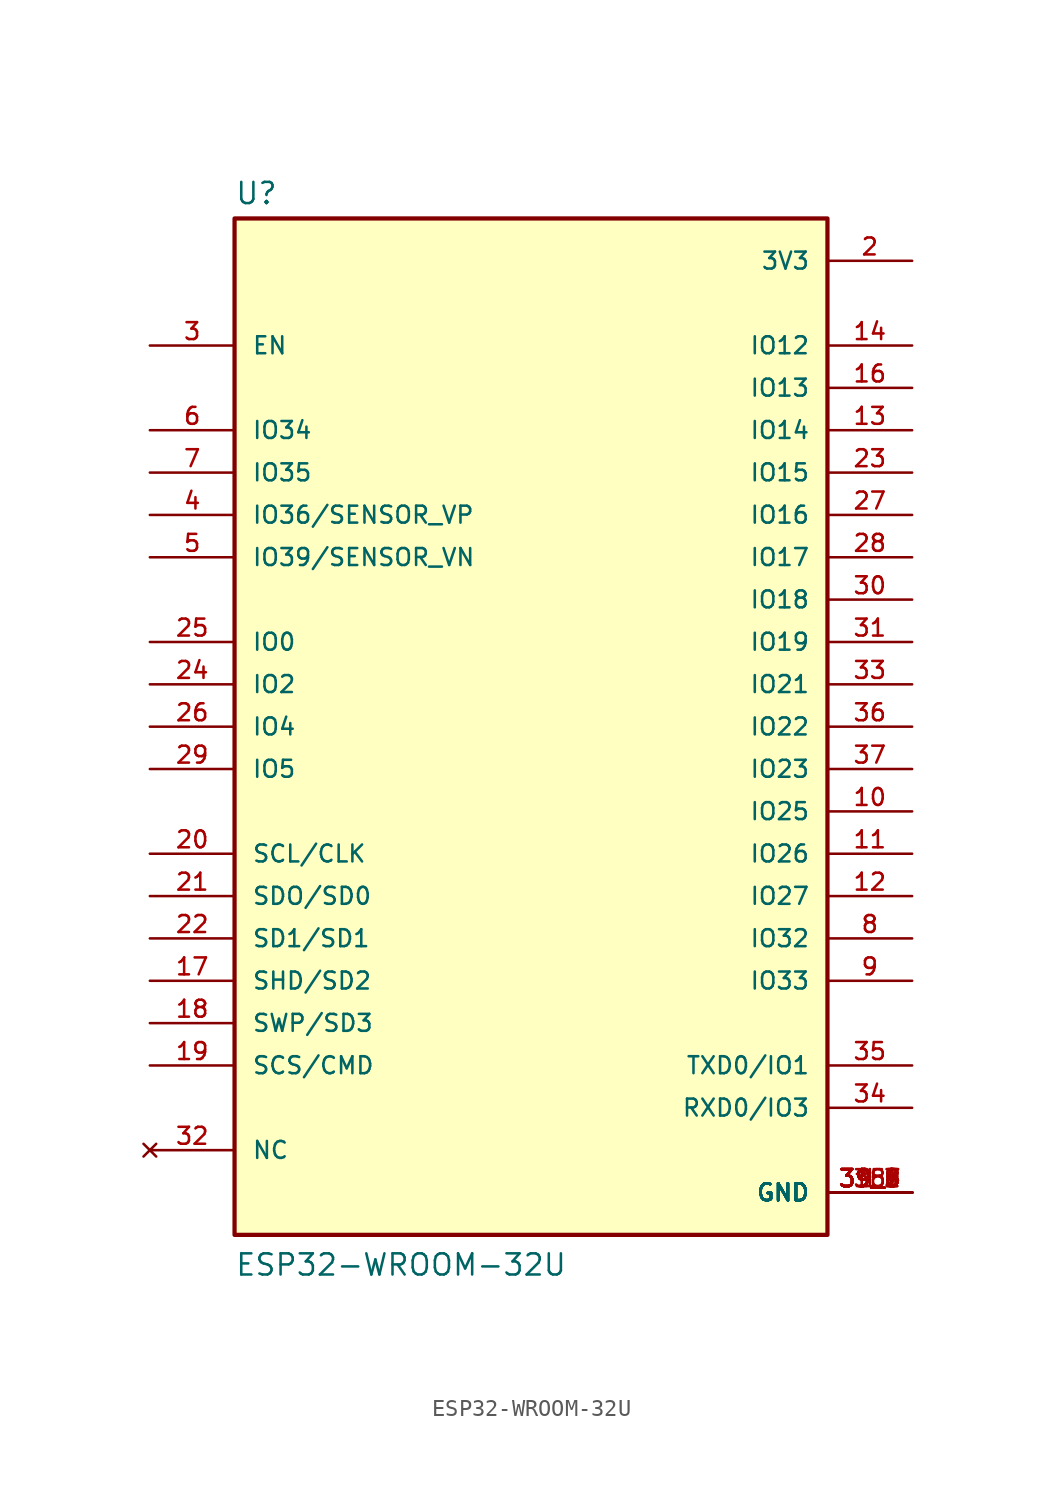
<source format=kicad_sym>
(kicad_symbol_lib
  (version 20211014)
  (generator kicad_symbol_editor)
  (symbol "ESP32-WROOM-32U"
    (pin_names
      (offset 1.016))
    (property "Reference" "U"
      (at -17.78 31.242 0)
      (effects (font (size 1.27 1.27)) (justify left bottom)))
    (property "Value" "ESP32-WROOM-32U"
      (at -17.78 -33.02 0)
      (effects (font (size 1.27 1.27)) (justify left bottom)))
    (symbol "ESP32-WROOM-32U_0_0"
      (rectangle (start -17.78 -30.48) (end 17.78 30.48) (stroke (width 0.254) (type default) (color 0 0 0 0)) (fill (type background)))
      (pin power_in line (at 22.86 -27.94 180) (length 5.08) (name "GND" (effects (font (size 1.016 1.016)))) (number "1" (effects (font (size 1.016 1.016)))))
      (pin bidirectional line (at 22.86 -5.08 180) (length 5.08) (name "IO25" (effects (font (size 1.016 1.016)))) (number "10" (effects (font (size 1.016 1.016)))))
      (pin bidirectional line (at 22.86 -7.62 180) (length 5.08) (name "IO26" (effects (font (size 1.016 1.016)))) (number "11" (effects (font (size 1.016 1.016)))))
      (pin bidirectional line (at 22.86 -10.16 180) (length 5.08) (name "IO27" (effects (font (size 1.016 1.016)))) (number "12" (effects (font (size 1.016 1.016)))))
      (pin bidirectional line (at 22.86 17.78 180) (length 5.08) (name "IO14" (effects (font (size 1.016 1.016)))) (number "13" (effects (font (size 1.016 1.016)))))
      (pin bidirectional line (at 22.86 22.86 180) (length 5.08) (name "IO12" (effects (font (size 1.016 1.016)))) (number "14" (effects (font (size 1.016 1.016)))))
      (pin power_in line (at 22.86 -27.94 180) (length 5.08) (name "GND" (effects (font (size 1.016 1.016)))) (number "15" (effects (font (size 1.016 1.016)))))
      (pin bidirectional line (at 22.86 20.32 180) (length 5.08) (name "IO13" (effects (font (size 1.016 1.016)))) (number "16" (effects (font (size 1.016 1.016)))))
      (pin bidirectional line (at -22.86 -15.24 0) (length 5.08) (name "SHD/SD2" (effects (font (size 1.016 1.016)))) (number "17" (effects (font (size 1.016 1.016)))))
      (pin bidirectional line (at -22.86 -17.78 0) (length 5.08) (name "SWP/SD3" (effects (font (size 1.016 1.016)))) (number "18" (effects (font (size 1.016 1.016)))))
      (pin bidirectional line (at -22.86 -20.32 0) (length 5.08) (name "SCS/CMD" (effects (font (size 1.016 1.016)))) (number "19" (effects (font (size 1.016 1.016)))))
      (pin power_in line (at 22.86 27.94 180) (length 5.08) (name "3V3" (effects (font (size 1.016 1.016)))) (number "2" (effects (font (size 1.016 1.016)))))
      (pin bidirectional line (at -22.86 -7.62 0) (length 5.08) (name "SCL/CLK" (effects (font (size 1.016 1.016)))) (number "20" (effects (font (size 1.016 1.016)))))
      (pin bidirectional line (at -22.86 -10.16 0) (length 5.08) (name "SDO/SD0" (effects (font (size 1.016 1.016)))) (number "21" (effects (font (size 1.016 1.016)))))
      (pin bidirectional line (at -22.86 -12.7 0) (length 5.08) (name "SD1/SD1" (effects (font (size 1.016 1.016)))) (number "22" (effects (font (size 1.016 1.016)))))
      (pin bidirectional line (at 22.86 15.24 180) (length 5.08) (name "IO15" (effects (font (size 1.016 1.016)))) (number "23" (effects (font (size 1.016 1.016)))))
      (pin bidirectional line (at -22.86 2.54 0) (length 5.08) (name "IO2" (effects (font (size 1.016 1.016)))) (number "24" (effects (font (size 1.016 1.016)))))
      (pin bidirectional line (at -22.86 5.08 0) (length 5.08) (name "IO0" (effects (font (size 1.016 1.016)))) (number "25" (effects (font (size 1.016 1.016)))))
      (pin bidirectional line (at -22.86 0 0) (length 5.08) (name "IO4" (effects (font (size 1.016 1.016)))) (number "26" (effects (font (size 1.016 1.016)))))
      (pin bidirectional line (at 22.86 12.7 180) (length 5.08) (name "IO16" (effects (font (size 1.016 1.016)))) (number "27" (effects (font (size 1.016 1.016)))))
      (pin bidirectional line (at 22.86 10.16 180) (length 5.08) (name "IO17" (effects (font (size 1.016 1.016)))) (number "28" (effects (font (size 1.016 1.016)))))
      (pin bidirectional line (at -22.86 -2.54 0) (length 5.08) (name "IO5" (effects (font (size 1.016 1.016)))) (number "29" (effects (font (size 1.016 1.016)))))
      (pin input line (at -22.86 22.86 0) (length 5.08) (name "EN" (effects (font (size 1.016 1.016)))) (number "3" (effects (font (size 1.016 1.016)))))
      (pin bidirectional line (at 22.86 7.62 180) (length 5.08) (name "IO18" (effects (font (size 1.016 1.016)))) (number "30" (effects (font (size 1.016 1.016)))))
      (pin bidirectional line (at 22.86 5.08 180) (length 5.08) (name "IO19" (effects (font (size 1.016 1.016)))) (number "31" (effects (font (size 1.016 1.016)))))
      (pin no_connect line (at -22.86 -25.4 0) (length 5.08) (name "NC" (effects (font (size 1.016 1.016)))) (number "32" (effects (font (size 1.016 1.016)))))
      (pin bidirectional line (at 22.86 2.54 180) (length 5.08) (name "IO21" (effects (font (size 1.016 1.016)))) (number "33" (effects (font (size 1.016 1.016)))))
      (pin bidirectional line (at 22.86 -22.86 180) (length 5.08) (name "RXD0/IO3" (effects (font (size 1.016 1.016)))) (number "34" (effects (font (size 1.016 1.016)))))
      (pin bidirectional line (at 22.86 -20.32 180) (length 5.08) (name "TXD0/IO1" (effects (font (size 1.016 1.016)))) (number "35" (effects (font (size 1.016 1.016)))))
      (pin bidirectional line (at 22.86 0 180) (length 5.08) (name "IO22" (effects (font (size 1.016 1.016)))) (number "36" (effects (font (size 1.016 1.016)))))
      (pin bidirectional line (at 22.86 -2.54 180) (length 5.08) (name "IO23" (effects (font (size 1.016 1.016)))) (number "37" (effects (font (size 1.016 1.016)))))
      (pin power_in line (at 22.86 -27.94 180) (length 5.08) (name "GND" (effects (font (size 1.016 1.016)))) (number "38" (effects (font (size 1.016 1.016)))))
      (pin power_in line (at 22.86 -27.94 180) (length 5.08) (name "GND" (effects (font (size 1.016 1.016)))) (number "39_1" (effects (font (size 1.016 1.016)))))
      (pin power_in line (at 22.86 -27.94 180) (length 5.08) (name "GND" (effects (font (size 1.016 1.016)))) (number "39_2" (effects (font (size 1.016 1.016)))))
      (pin power_in line (at 22.86 -27.94 180) (length 5.08) (name "GND" (effects (font (size 1.016 1.016)))) (number "39_3" (effects (font (size 1.016 1.016)))))
      (pin power_in line (at 22.86 -27.94 180) (length 5.08) (name "GND" (effects (font (size 1.016 1.016)))) (number "39_4" (effects (font (size 1.016 1.016)))))
      (pin power_in line (at 22.86 -27.94 180) (length 5.08) (name "GND" (effects (font (size 1.016 1.016)))) (number "39_5" (effects (font (size 1.016 1.016)))))
      (pin power_in line (at 22.86 -27.94 180) (length 5.08) (name "GND" (effects (font (size 1.016 1.016)))) (number "39_6" (effects (font (size 1.016 1.016)))))
      (pin power_in line (at 22.86 -27.94 180) (length 5.08) (name "GND" (effects (font (size 1.016 1.016)))) (number "39_7" (effects (font (size 1.016 1.016)))))
      (pin power_in line (at 22.86 -27.94 180) (length 5.08) (name "GND" (effects (font (size 1.016 1.016)))) (number "39_8" (effects (font (size 1.016 1.016)))))
      (pin power_in line (at 22.86 -27.94 180) (length 5.08) (name "GND" (effects (font (size 1.016 1.016)))) (number "39_9" (effects (font (size 1.016 1.016)))))
      (pin input line (at -22.86 12.7 0) (length 5.08) (name "IO36/SENSOR_VP" (effects (font (size 1.016 1.016)))) (number "4" (effects (font (size 1.016 1.016)))))
      (pin input line (at -22.86 10.16 0) (length 5.08) (name "IO39/SENSOR_VN" (effects (font (size 1.016 1.016)))) (number "5" (effects (font (size 1.016 1.016)))))
      (pin input line (at -22.86 17.78 0) (length 5.08) (name "IO34" (effects (font (size 1.016 1.016)))) (number "6" (effects (font (size 1.016 1.016)))))
      (pin input line (at -22.86 15.24 0) (length 5.08) (name "IO35" (effects (font (size 1.016 1.016)))) (number "7" (effects (font (size 1.016 1.016)))))
      (pin bidirectional line (at 22.86 -12.7 180) (length 5.08) (name "IO32" (effects (font (size 1.016 1.016)))) (number "8" (effects (font (size 1.016 1.016)))))
      (pin bidirectional line (at 22.86 -15.24 180) (length 5.08) (name "IO33" (effects (font (size 1.016 1.016)))) (number "9" (effects (font (size 1.016 1.016))))))))
</source>
